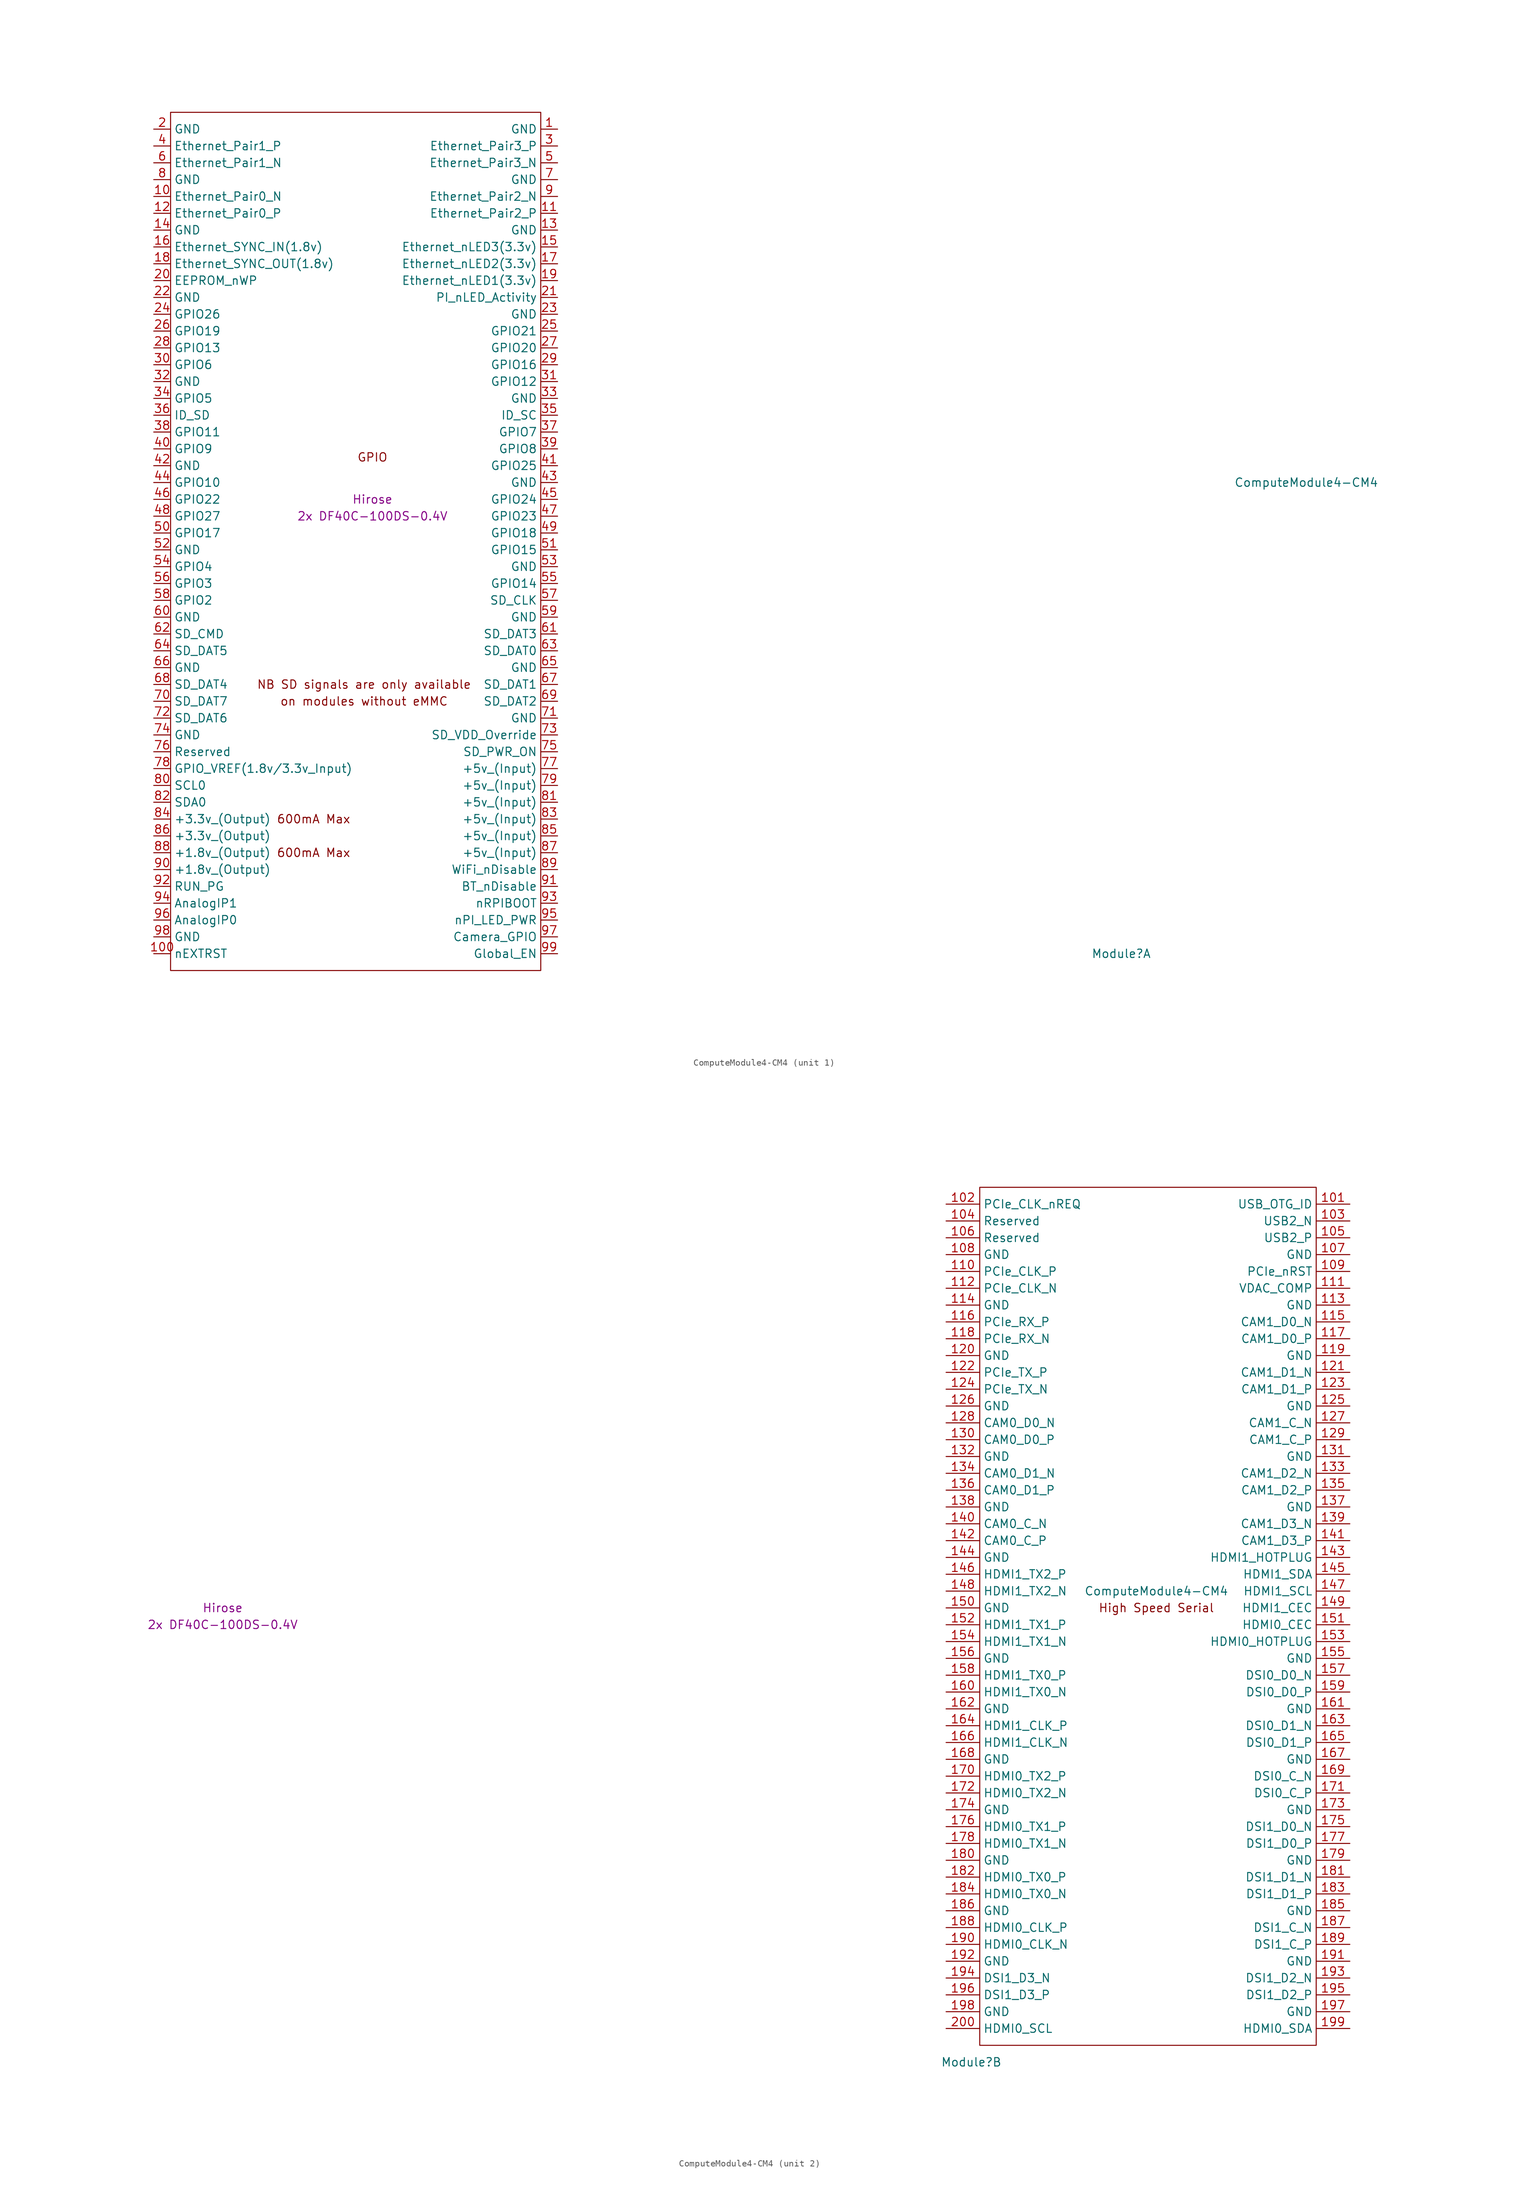
<source format=kicad_sym>
(kicad_symbol_lib
  (version 20211014)
  (generator kicad_symbol_editor)
  (symbol "ComputeModule4-CM4"
    (property "Reference" "Module"
      (at 113.03 -68.58 0)
      (effects (font (size 1.27 1.27))))
    (property "Value" "ComputeModule4-CM4"
      (at 140.97 2.54 0)
      (effects (font (size 1.27 1.27))))
    (property "Field4" "Hirose"
      (at 0 0 0)
      (effects (font (size 1.27 1.27))))
    (property "Field5" "2x DF40C-100DS-0.4V"
      (at 0 -2.54 0)
      (effects (font (size 1.27 1.27))))
    (symbol "ComputeModule4-CM4_1_0"
      (text "GPIO" (at 0 6.35 0) (effects (font (size 1.27 1.27)))))
    (symbol "ComputeModule4-CM4_1_1"
      (rectangle (start -30.48 -71.12) (end 25.4 58.42) (stroke (width 0) (type default) (color 0 0 0 0)) (fill (type none)))
      (text "600mA Max" (at -8.89 -53.34 0) (effects (font (size 1.27 1.27))))
      (text "600mA Max" (at -8.89 -48.26 0) (effects (font (size 1.27 1.27))))
      (text "NB SD signals are only available" (at -1.27 -27.94 0) (effects (font (size 1.27 1.27))))
      (text "on modules without eMMC" (at -1.27 -30.48 0) (effects (font (size 1.27 1.27))))
      (pin power_in line (at 27.94 55.88 180) (length 2.54) (name "GND" (effects (font (size 1.27 1.27)))) (number "1" (effects (font (size 1.27 1.27)))))
      (pin passive line (at -33.02 45.72 0) (length 2.54) (name "Ethernet_Pair0_N" (effects (font (size 1.27 1.27)))) (number "10" (effects (font (size 1.27 1.27)))))
      (pin output line (at -33.02 -68.58 0) (length 2.54) (name "nEXTRST" (effects (font (size 1.27 1.27)))) (number "100" (effects (font (size 1.27 1.27)))))
      (pin passive line (at 27.94 43.18 180) (length 2.54) (name "Ethernet_Pair2_P" (effects (font (size 1.27 1.27)))) (number "11" (effects (font (size 1.27 1.27)))))
      (pin passive line (at -33.02 43.18 0) (length 2.54) (name "Ethernet_Pair0_P" (effects (font (size 1.27 1.27)))) (number "12" (effects (font (size 1.27 1.27)))))
      (pin power_in line (at 27.94 40.64 180) (length 2.54) (name "GND" (effects (font (size 1.27 1.27)))) (number "13" (effects (font (size 1.27 1.27)))))
      (pin power_in line (at -33.02 40.64 0) (length 2.54) (name "GND" (effects (font (size 1.27 1.27)))) (number "14" (effects (font (size 1.27 1.27)))))
      (pin output line (at 27.94 38.1 180) (length 2.54) (name "Ethernet_nLED3(3.3v)" (effects (font (size 1.27 1.27)))) (number "15" (effects (font (size 1.27 1.27)))))
      (pin input line (at -33.02 38.1 0) (length 2.54) (name "Ethernet_SYNC_IN(1.8v)" (effects (font (size 1.27 1.27)))) (number "16" (effects (font (size 1.27 1.27)))))
      (pin output line (at 27.94 35.56 180) (length 2.54) (name "Ethernet_nLED2(3.3v)" (effects (font (size 1.27 1.27)))) (number "17" (effects (font (size 1.27 1.27)))))
      (pin input line (at -33.02 35.56 0) (length 2.54) (name "Ethernet_SYNC_OUT(1.8v)" (effects (font (size 1.27 1.27)))) (number "18" (effects (font (size 1.27 1.27)))))
      (pin output line (at 27.94 33.02 180) (length 2.54) (name "Ethernet_nLED1(3.3v)" (effects (font (size 1.27 1.27)))) (number "19" (effects (font (size 1.27 1.27)))))
      (pin power_in line (at -33.02 55.88 0) (length 2.54) (name "GND" (effects (font (size 1.27 1.27)))) (number "2" (effects (font (size 1.27 1.27)))))
      (pin passive line (at -33.02 33.02 0) (length 2.54) (name "EEPROM_nWP" (effects (font (size 1.27 1.27)))) (number "20" (effects (font (size 1.27 1.27)))))
      (pin open_collector line (at 27.94 30.48 180) (length 2.54) (name "PI_nLED_Activity" (effects (font (size 1.27 1.27)))) (number "21" (effects (font (size 1.27 1.27)))))
      (pin power_in line (at -33.02 30.48 0) (length 2.54) (name "GND" (effects (font (size 1.27 1.27)))) (number "22" (effects (font (size 1.27 1.27)))))
      (pin power_in line (at 27.94 27.94 180) (length 2.54) (name "GND" (effects (font (size 1.27 1.27)))) (number "23" (effects (font (size 1.27 1.27)))))
      (pin passive line (at -33.02 27.94 0) (length 2.54) (name "GPIO26" (effects (font (size 1.27 1.27)))) (number "24" (effects (font (size 1.27 1.27)))))
      (pin passive line (at 27.94 25.4 180) (length 2.54) (name "GPIO21" (effects (font (size 1.27 1.27)))) (number "25" (effects (font (size 1.27 1.27)))))
      (pin passive line (at -33.02 25.4 0) (length 2.54) (name "GPIO19" (effects (font (size 1.27 1.27)))) (number "26" (effects (font (size 1.27 1.27)))))
      (pin passive line (at 27.94 22.86 180) (length 2.54) (name "GPIO20" (effects (font (size 1.27 1.27)))) (number "27" (effects (font (size 1.27 1.27)))))
      (pin passive line (at -33.02 22.86 0) (length 2.54) (name "GPIO13" (effects (font (size 1.27 1.27)))) (number "28" (effects (font (size 1.27 1.27)))))
      (pin passive line (at 27.94 20.32 180) (length 2.54) (name "GPIO16" (effects (font (size 1.27 1.27)))) (number "29" (effects (font (size 1.27 1.27)))))
      (pin passive line (at 27.94 53.34 180) (length 2.54) (name "Ethernet_Pair3_P" (effects (font (size 1.27 1.27)))) (number "3" (effects (font (size 1.27 1.27)))))
      (pin passive line (at -33.02 20.32 0) (length 2.54) (name "GPIO6" (effects (font (size 1.27 1.27)))) (number "30" (effects (font (size 1.27 1.27)))))
      (pin passive line (at 27.94 17.78 180) (length 2.54) (name "GPIO12" (effects (font (size 1.27 1.27)))) (number "31" (effects (font (size 1.27 1.27)))))
      (pin power_in line (at -33.02 17.78 0) (length 2.54) (name "GND" (effects (font (size 1.27 1.27)))) (number "32" (effects (font (size 1.27 1.27)))))
      (pin power_in line (at 27.94 15.24 180) (length 2.54) (name "GND" (effects (font (size 1.27 1.27)))) (number "33" (effects (font (size 1.27 1.27)))))
      (pin passive line (at -33.02 15.24 0) (length 2.54) (name "GPIO5" (effects (font (size 1.27 1.27)))) (number "34" (effects (font (size 1.27 1.27)))))
      (pin passive line (at 27.94 12.7 180) (length 2.54) (name "ID_SC" (effects (font (size 1.27 1.27)))) (number "35" (effects (font (size 1.27 1.27)))))
      (pin passive line (at -33.02 12.7 0) (length 2.54) (name "ID_SD" (effects (font (size 1.27 1.27)))) (number "36" (effects (font (size 1.27 1.27)))))
      (pin passive line (at 27.94 10.16 180) (length 2.54) (name "GPIO7" (effects (font (size 1.27 1.27)))) (number "37" (effects (font (size 1.27 1.27)))))
      (pin passive line (at -33.02 10.16 0) (length 2.54) (name "GPIO11" (effects (font (size 1.27 1.27)))) (number "38" (effects (font (size 1.27 1.27)))))
      (pin passive line (at 27.94 7.62 180) (length 2.54) (name "GPIO8" (effects (font (size 1.27 1.27)))) (number "39" (effects (font (size 1.27 1.27)))))
      (pin passive line (at -33.02 53.34 0) (length 2.54) (name "Ethernet_Pair1_P" (effects (font (size 1.27 1.27)))) (number "4" (effects (font (size 1.27 1.27)))))
      (pin passive line (at -33.02 7.62 0) (length 2.54) (name "GPIO9" (effects (font (size 1.27 1.27)))) (number "40" (effects (font (size 1.27 1.27)))))
      (pin passive line (at 27.94 5.08 180) (length 2.54) (name "GPIO25" (effects (font (size 1.27 1.27)))) (number "41" (effects (font (size 1.27 1.27)))))
      (pin power_in line (at -33.02 5.08 0) (length 2.54) (name "GND" (effects (font (size 1.27 1.27)))) (number "42" (effects (font (size 1.27 1.27)))))
      (pin power_in line (at 27.94 2.54 180) (length 2.54) (name "GND" (effects (font (size 1.27 1.27)))) (number "43" (effects (font (size 1.27 1.27)))))
      (pin passive line (at -33.02 2.54 0) (length 2.54) (name "GPIO10" (effects (font (size 1.27 1.27)))) (number "44" (effects (font (size 1.27 1.27)))))
      (pin passive line (at 27.94 0 180) (length 2.54) (name "GPIO24" (effects (font (size 1.27 1.27)))) (number "45" (effects (font (size 1.27 1.27)))))
      (pin passive line (at -33.02 0 0) (length 2.54) (name "GPIO22" (effects (font (size 1.27 1.27)))) (number "46" (effects (font (size 1.27 1.27)))))
      (pin passive line (at 27.94 -2.54 180) (length 2.54) (name "GPIO23" (effects (font (size 1.27 1.27)))) (number "47" (effects (font (size 1.27 1.27)))))
      (pin passive line (at -33.02 -2.54 0) (length 2.54) (name "GPIO27" (effects (font (size 1.27 1.27)))) (number "48" (effects (font (size 1.27 1.27)))))
      (pin passive line (at 27.94 -5.08 180) (length 2.54) (name "GPIO18" (effects (font (size 1.27 1.27)))) (number "49" (effects (font (size 1.27 1.27)))))
      (pin passive line (at 27.94 50.8 180) (length 2.54) (name "Ethernet_Pair3_N" (effects (font (size 1.27 1.27)))) (number "5" (effects (font (size 1.27 1.27)))))
      (pin passive line (at -33.02 -5.08 0) (length 2.54) (name "GPIO17" (effects (font (size 1.27 1.27)))) (number "50" (effects (font (size 1.27 1.27)))))
      (pin passive line (at 27.94 -7.62 180) (length 2.54) (name "GPIO15" (effects (font (size 1.27 1.27)))) (number "51" (effects (font (size 1.27 1.27)))))
      (pin power_in line (at -33.02 -7.62 0) (length 2.54) (name "GND" (effects (font (size 1.27 1.27)))) (number "52" (effects (font (size 1.27 1.27)))))
      (pin power_in line (at 27.94 -10.16 180) (length 2.54) (name "GND" (effects (font (size 1.27 1.27)))) (number "53" (effects (font (size 1.27 1.27)))))
      (pin passive line (at -33.02 -10.16 0) (length 2.54) (name "GPIO4" (effects (font (size 1.27 1.27)))) (number "54" (effects (font (size 1.27 1.27)))))
      (pin passive line (at 27.94 -12.7 180) (length 2.54) (name "GPIO14" (effects (font (size 1.27 1.27)))) (number "55" (effects (font (size 1.27 1.27)))))
      (pin passive line (at -33.02 -12.7 0) (length 2.54) (name "GPIO3" (effects (font (size 1.27 1.27)))) (number "56" (effects (font (size 1.27 1.27)))))
      (pin passive line (at 27.94 -15.24 180) (length 2.54) (name "SD_CLK" (effects (font (size 1.27 1.27)))) (number "57" (effects (font (size 1.27 1.27)))))
      (pin passive line (at -33.02 -15.24 0) (length 2.54) (name "GPIO2" (effects (font (size 1.27 1.27)))) (number "58" (effects (font (size 1.27 1.27)))))
      (pin power_in line (at 27.94 -17.78 180) (length 2.54) (name "GND" (effects (font (size 1.27 1.27)))) (number "59" (effects (font (size 1.27 1.27)))))
      (pin passive line (at -33.02 50.8 0) (length 2.54) (name "Ethernet_Pair1_N" (effects (font (size 1.27 1.27)))) (number "6" (effects (font (size 1.27 1.27)))))
      (pin power_in line (at -33.02 -17.78 0) (length 2.54) (name "GND" (effects (font (size 1.27 1.27)))) (number "60" (effects (font (size 1.27 1.27)))))
      (pin passive line (at 27.94 -20.32 180) (length 2.54) (name "SD_DAT3" (effects (font (size 1.27 1.27)))) (number "61" (effects (font (size 1.27 1.27)))))
      (pin passive line (at -33.02 -20.32 0) (length 2.54) (name "SD_CMD" (effects (font (size 1.27 1.27)))) (number "62" (effects (font (size 1.27 1.27)))))
      (pin passive line (at 27.94 -22.86 180) (length 2.54) (name "SD_DAT0" (effects (font (size 1.27 1.27)))) (number "63" (effects (font (size 1.27 1.27)))))
      (pin passive line (at -33.02 -22.86 0) (length 2.54) (name "SD_DAT5" (effects (font (size 1.27 1.27)))) (number "64" (effects (font (size 1.27 1.27)))))
      (pin power_in line (at 27.94 -25.4 180) (length 2.54) (name "GND" (effects (font (size 1.27 1.27)))) (number "65" (effects (font (size 1.27 1.27)))))
      (pin power_in line (at -33.02 -25.4 0) (length 2.54) (name "GND" (effects (font (size 1.27 1.27)))) (number "66" (effects (font (size 1.27 1.27)))))
      (pin passive line (at 27.94 -27.94 180) (length 2.54) (name "SD_DAT1" (effects (font (size 1.27 1.27)))) (number "67" (effects (font (size 1.27 1.27)))))
      (pin passive line (at -33.02 -27.94 0) (length 2.54) (name "SD_DAT4" (effects (font (size 1.27 1.27)))) (number "68" (effects (font (size 1.27 1.27)))))
      (pin passive line (at 27.94 -30.48 180) (length 2.54) (name "SD_DAT2" (effects (font (size 1.27 1.27)))) (number "69" (effects (font (size 1.27 1.27)))))
      (pin power_in line (at 27.94 48.26 180) (length 2.54) (name "GND" (effects (font (size 1.27 1.27)))) (number "7" (effects (font (size 1.27 1.27)))))
      (pin passive line (at -33.02 -30.48 0) (length 2.54) (name "SD_DAT7" (effects (font (size 1.27 1.27)))) (number "70" (effects (font (size 1.27 1.27)))))
      (pin power_in line (at 27.94 -33.02 180) (length 2.54) (name "GND" (effects (font (size 1.27 1.27)))) (number "71" (effects (font (size 1.27 1.27)))))
      (pin passive line (at -33.02 -33.02 0) (length 2.54) (name "SD_DAT6" (effects (font (size 1.27 1.27)))) (number "72" (effects (font (size 1.27 1.27)))))
      (pin input line (at 27.94 -35.56 180) (length 2.54) (name "SD_VDD_Override" (effects (font (size 1.27 1.27)))) (number "73" (effects (font (size 1.27 1.27)))))
      (pin power_in line (at -33.02 -35.56 0) (length 2.54) (name "GND" (effects (font (size 1.27 1.27)))) (number "74" (effects (font (size 1.27 1.27)))))
      (pin output line (at 27.94 -38.1 180) (length 2.54) (name "SD_PWR_ON" (effects (font (size 1.27 1.27)))) (number "75" (effects (font (size 1.27 1.27)))))
      (pin passive line (at -33.02 -38.1 0) (length 2.54) (name "Reserved" (effects (font (size 1.27 1.27)))) (number "76" (effects (font (size 1.27 1.27)))))
      (pin power_in line (at 27.94 -40.64 180) (length 2.54) (name "+5v_(Input)" (effects (font (size 1.27 1.27)))) (number "77" (effects (font (size 1.27 1.27)))))
      (pin power_in line (at -33.02 -40.64 0) (length 2.54) (name "GPIO_VREF(1.8v/3.3v_Input)" (effects (font (size 1.27 1.27)))) (number "78" (effects (font (size 1.27 1.27)))))
      (pin power_in line (at 27.94 -43.18 180) (length 2.54) (name "+5v_(Input)" (effects (font (size 1.27 1.27)))) (number "79" (effects (font (size 1.27 1.27)))))
      (pin power_in line (at -33.02 48.26 0) (length 2.54) (name "GND" (effects (font (size 1.27 1.27)))) (number "8" (effects (font (size 1.27 1.27)))))
      (pin passive line (at -33.02 -43.18 0) (length 2.54) (name "SCL0" (effects (font (size 1.27 1.27)))) (number "80" (effects (font (size 1.27 1.27)))))
      (pin power_in line (at 27.94 -45.72 180) (length 2.54) (name "+5v_(Input)" (effects (font (size 1.27 1.27)))) (number "81" (effects (font (size 1.27 1.27)))))
      (pin passive line (at -33.02 -45.72 0) (length 2.54) (name "SDA0" (effects (font (size 1.27 1.27)))) (number "82" (effects (font (size 1.27 1.27)))))
      (pin power_in line (at 27.94 -48.26 180) (length 2.54) (name "+5v_(Input)" (effects (font (size 1.27 1.27)))) (number "83" (effects (font (size 1.27 1.27)))))
      (pin power_out line (at -33.02 -48.26 0) (length 2.54) (name "+3.3v_(Output)" (effects (font (size 1.27 1.27)))) (number "84" (effects (font (size 1.27 1.27)))))
      (pin power_in line (at 27.94 -50.8 180) (length 2.54) (name "+5v_(Input)" (effects (font (size 1.27 1.27)))) (number "85" (effects (font (size 1.27 1.27)))))
      (pin power_out line (at -33.02 -50.8 0) (length 2.54) (name "+3.3v_(Output)" (effects (font (size 1.27 1.27)))) (number "86" (effects (font (size 1.27 1.27)))))
      (pin power_in line (at 27.94 -53.34 180) (length 2.54) (name "+5v_(Input)" (effects (font (size 1.27 1.27)))) (number "87" (effects (font (size 1.27 1.27)))))
      (pin power_out line (at -33.02 -53.34 0) (length 2.54) (name "+1.8v_(Output)" (effects (font (size 1.27 1.27)))) (number "88" (effects (font (size 1.27 1.27)))))
      (pin power_in line (at 27.94 -55.88 180) (length 2.54) (name "WiFi_nDisable" (effects (font (size 1.27 1.27)))) (number "89" (effects (font (size 1.27 1.27)))))
      (pin passive line (at 27.94 45.72 180) (length 2.54) (name "Ethernet_Pair2_N" (effects (font (size 1.27 1.27)))) (number "9" (effects (font (size 1.27 1.27)))))
      (pin power_out line (at -33.02 -55.88 0) (length 2.54) (name "+1.8v_(Output)" (effects (font (size 1.27 1.27)))) (number "90" (effects (font (size 1.27 1.27)))))
      (pin power_in line (at 27.94 -58.42 180) (length 2.54) (name "BT_nDisable" (effects (font (size 1.27 1.27)))) (number "91" (effects (font (size 1.27 1.27)))))
      (pin passive line (at -33.02 -58.42 0) (length 2.54) (name "RUN_PG" (effects (font (size 1.27 1.27)))) (number "92" (effects (font (size 1.27 1.27)))))
      (pin input line (at 27.94 -60.96 180) (length 2.54) (name "nRPIBOOT" (effects (font (size 1.27 1.27)))) (number "93" (effects (font (size 1.27 1.27)))))
      (pin passive line (at -33.02 -60.96 0) (length 2.54) (name "AnalogIP1" (effects (font (size 1.27 1.27)))) (number "94" (effects (font (size 1.27 1.27)))))
      (pin output line (at 27.94 -63.5 180) (length 2.54) (name "nPI_LED_PWR" (effects (font (size 1.27 1.27)))) (number "95" (effects (font (size 1.27 1.27)))))
      (pin passive line (at -33.02 -63.5 0) (length 2.54) (name "AnalogIP0" (effects (font (size 1.27 1.27)))) (number "96" (effects (font (size 1.27 1.27)))))
      (pin passive line (at 27.94 -66.04 180) (length 2.54) (name "Camera_GPIO" (effects (font (size 1.27 1.27)))) (number "97" (effects (font (size 1.27 1.27)))))
      (pin power_in line (at -33.02 -66.04 0) (length 2.54) (name "GND" (effects (font (size 1.27 1.27)))) (number "98" (effects (font (size 1.27 1.27)))))
      (pin input line (at 27.94 -68.58 180) (length 2.54) (name "Global_EN" (effects (font (size 1.27 1.27)))) (number "99" (effects (font (size 1.27 1.27))))))
    (symbol "ComputeModule4-CM4_2_1"
      (rectangle (start 114.3 -66.04) (end 165.1 63.5) (stroke (width 0) (type default) (color 0 0 0 0)) (fill (type none)))
      (text "High Speed Serial" (at 140.97 0 0) (effects (font (size 1.27 1.27))))
      (pin input line (at 170.18 60.96 180) (length 5.08) (name "USB_OTG_ID" (effects (font (size 1.27 1.27)))) (number "101" (effects (font (size 1.27 1.27)))))
      (pin input line (at 109.22 60.96 0) (length 5.08) (name "PCIe_CLK_nREQ" (effects (font (size 1.27 1.27)))) (number "102" (effects (font (size 1.27 1.27)))))
      (pin passive line (at 170.18 58.42 180) (length 5.08) (name "USB2_N" (effects (font (size 1.27 1.27)))) (number "103" (effects (font (size 1.27 1.27)))))
      (pin passive line (at 109.22 58.42 0) (length 5.08) (name "Reserved" (effects (font (size 1.27 1.27)))) (number "104" (effects (font (size 1.27 1.27)))))
      (pin passive line (at 170.18 55.88 180) (length 5.08) (name "USB2_P" (effects (font (size 1.27 1.27)))) (number "105" (effects (font (size 1.27 1.27)))))
      (pin passive line (at 109.22 55.88 0) (length 5.08) (name "Reserved" (effects (font (size 1.27 1.27)))) (number "106" (effects (font (size 1.27 1.27)))))
      (pin power_in line (at 170.18 53.34 180) (length 5.08) (name "GND" (effects (font (size 1.27 1.27)))) (number "107" (effects (font (size 1.27 1.27)))))
      (pin power_in line (at 109.22 53.34 0) (length 5.08) (name "GND" (effects (font (size 1.27 1.27)))) (number "108" (effects (font (size 1.27 1.27)))))
      (pin bidirectional line (at 170.18 50.8 180) (length 5.08) (name "PCIe_nRST" (effects (font (size 1.27 1.27)))) (number "109" (effects (font (size 1.27 1.27)))))
      (pin output line (at 109.22 50.8 0) (length 5.08) (name "PCIe_CLK_P" (effects (font (size 1.27 1.27)))) (number "110" (effects (font (size 1.27 1.27)))))
      (pin passive line (at 170.18 48.26 180) (length 5.08) (name "VDAC_COMP" (effects (font (size 1.27 1.27)))) (number "111" (effects (font (size 1.27 1.27)))))
      (pin output line (at 109.22 48.26 0) (length 5.08) (name "PCIe_CLK_N" (effects (font (size 1.27 1.27)))) (number "112" (effects (font (size 1.27 1.27)))))
      (pin power_in line (at 170.18 45.72 180) (length 5.08) (name "GND" (effects (font (size 1.27 1.27)))) (number "113" (effects (font (size 1.27 1.27)))))
      (pin power_in line (at 109.22 45.72 0) (length 5.08) (name "GND" (effects (font (size 1.27 1.27)))) (number "114" (effects (font (size 1.27 1.27)))))
      (pin input line (at 170.18 43.18 180) (length 5.08) (name "CAM1_D0_N" (effects (font (size 1.27 1.27)))) (number "115" (effects (font (size 1.27 1.27)))))
      (pin input line (at 109.22 43.18 0) (length 5.08) (name "PCIe_RX_P" (effects (font (size 1.27 1.27)))) (number "116" (effects (font (size 1.27 1.27)))))
      (pin input line (at 170.18 40.64 180) (length 5.08) (name "CAM1_D0_P" (effects (font (size 1.27 1.27)))) (number "117" (effects (font (size 1.27 1.27)))))
      (pin input line (at 109.22 40.64 0) (length 5.08) (name "PCIe_RX_N" (effects (font (size 1.27 1.27)))) (number "118" (effects (font (size 1.27 1.27)))))
      (pin power_in line (at 170.18 38.1 180) (length 5.08) (name "GND" (effects (font (size 1.27 1.27)))) (number "119" (effects (font (size 1.27 1.27)))))
      (pin power_in line (at 109.22 38.1 0) (length 5.08) (name "GND" (effects (font (size 1.27 1.27)))) (number "120" (effects (font (size 1.27 1.27)))))
      (pin input line (at 170.18 35.56 180) (length 5.08) (name "CAM1_D1_N" (effects (font (size 1.27 1.27)))) (number "121" (effects (font (size 1.27 1.27)))))
      (pin output line (at 109.22 35.56 0) (length 5.08) (name "PCIe_TX_P" (effects (font (size 1.27 1.27)))) (number "122" (effects (font (size 1.27 1.27)))))
      (pin input line (at 170.18 33.02 180) (length 5.08) (name "CAM1_D1_P" (effects (font (size 1.27 1.27)))) (number "123" (effects (font (size 1.27 1.27)))))
      (pin output line (at 109.22 33.02 0) (length 5.08) (name "PCIe_TX_N" (effects (font (size 1.27 1.27)))) (number "124" (effects (font (size 1.27 1.27)))))
      (pin power_in line (at 170.18 30.48 180) (length 5.08) (name "GND" (effects (font (size 1.27 1.27)))) (number "125" (effects (font (size 1.27 1.27)))))
      (pin power_in line (at 109.22 30.48 0) (length 5.08) (name "GND" (effects (font (size 1.27 1.27)))) (number "126" (effects (font (size 1.27 1.27)))))
      (pin input line (at 170.18 27.94 180) (length 5.08) (name "CAM1_C_N" (effects (font (size 1.27 1.27)))) (number "127" (effects (font (size 1.27 1.27)))))
      (pin input line (at 109.22 27.94 0) (length 5.08) (name "CAM0_D0_N" (effects (font (size 1.27 1.27)))) (number "128" (effects (font (size 1.27 1.27)))))
      (pin input line (at 170.18 25.4 180) (length 5.08) (name "CAM1_C_P" (effects (font (size 1.27 1.27)))) (number "129" (effects (font (size 1.27 1.27)))))
      (pin input line (at 109.22 25.4 0) (length 5.08) (name "CAM0_D0_P" (effects (font (size 1.27 1.27)))) (number "130" (effects (font (size 1.27 1.27)))))
      (pin power_in line (at 170.18 22.86 180) (length 5.08) (name "GND" (effects (font (size 1.27 1.27)))) (number "131" (effects (font (size 1.27 1.27)))))
      (pin power_in line (at 109.22 22.86 0) (length 5.08) (name "GND" (effects (font (size 1.27 1.27)))) (number "132" (effects (font (size 1.27 1.27)))))
      (pin input line (at 170.18 20.32 180) (length 5.08) (name "CAM1_D2_N" (effects (font (size 1.27 1.27)))) (number "133" (effects (font (size 1.27 1.27)))))
      (pin input line (at 109.22 20.32 0) (length 5.08) (name "CAM0_D1_N" (effects (font (size 1.27 1.27)))) (number "134" (effects (font (size 1.27 1.27)))))
      (pin input line (at 170.18 17.78 180) (length 5.08) (name "CAM1_D2_P" (effects (font (size 1.27 1.27)))) (number "135" (effects (font (size 1.27 1.27)))))
      (pin input line (at 109.22 17.78 0) (length 5.08) (name "CAM0_D1_P" (effects (font (size 1.27 1.27)))) (number "136" (effects (font (size 1.27 1.27)))))
      (pin power_in line (at 170.18 15.24 180) (length 5.08) (name "GND" (effects (font (size 1.27 1.27)))) (number "137" (effects (font (size 1.27 1.27)))))
      (pin power_in line (at 109.22 15.24 0) (length 5.08) (name "GND" (effects (font (size 1.27 1.27)))) (number "138" (effects (font (size 1.27 1.27)))))
      (pin input line (at 170.18 12.7 180) (length 5.08) (name "CAM1_D3_N" (effects (font (size 1.27 1.27)))) (number "139" (effects (font (size 1.27 1.27)))))
      (pin input line (at 109.22 12.7 0) (length 5.08) (name "CAM0_C_N" (effects (font (size 1.27 1.27)))) (number "140" (effects (font (size 1.27 1.27)))))
      (pin input line (at 170.18 10.16 180) (length 5.08) (name "CAM1_D3_P" (effects (font (size 1.27 1.27)))) (number "141" (effects (font (size 1.27 1.27)))))
      (pin input line (at 109.22 10.16 0) (length 5.08) (name "CAM0_C_P" (effects (font (size 1.27 1.27)))) (number "142" (effects (font (size 1.27 1.27)))))
      (pin input line (at 170.18 7.62 180) (length 5.08) (name "HDMI1_HOTPLUG" (effects (font (size 1.27 1.27)))) (number "143" (effects (font (size 1.27 1.27)))))
      (pin power_in line (at 109.22 7.62 0) (length 5.08) (name "GND" (effects (font (size 1.27 1.27)))) (number "144" (effects (font (size 1.27 1.27)))))
      (pin bidirectional line (at 170.18 5.08 180) (length 5.08) (name "HDMI1_SDA" (effects (font (size 1.27 1.27)))) (number "145" (effects (font (size 1.27 1.27)))))
      (pin output line (at 109.22 5.08 0) (length 5.08) (name "HDMI1_TX2_P" (effects (font (size 1.27 1.27)))) (number "146" (effects (font (size 1.27 1.27)))))
      (pin open_collector line (at 170.18 2.54 180) (length 5.08) (name "HDMI1_SCL" (effects (font (size 1.27 1.27)))) (number "147" (effects (font (size 1.27 1.27)))))
      (pin output line (at 109.22 2.54 0) (length 5.08) (name "HDMI1_TX2_N" (effects (font (size 1.27 1.27)))) (number "148" (effects (font (size 1.27 1.27)))))
      (pin open_collector line (at 170.18 0 180) (length 5.08) (name "HDMI1_CEC" (effects (font (size 1.27 1.27)))) (number "149" (effects (font (size 1.27 1.27)))))
      (pin power_in line (at 109.22 0 0) (length 5.08) (name "GND" (effects (font (size 1.27 1.27)))) (number "150" (effects (font (size 1.27 1.27)))))
      (pin open_collector line (at 170.18 -2.54 180) (length 5.08) (name "HDMI0_CEC" (effects (font (size 1.27 1.27)))) (number "151" (effects (font (size 1.27 1.27)))))
      (pin output line (at 109.22 -2.54 0) (length 5.08) (name "HDMI1_TX1_P" (effects (font (size 1.27 1.27)))) (number "152" (effects (font (size 1.27 1.27)))))
      (pin input line (at 170.18 -5.08 180) (length 5.08) (name "HDMI0_HOTPLUG" (effects (font (size 1.27 1.27)))) (number "153" (effects (font (size 1.27 1.27)))))
      (pin output line (at 109.22 -5.08 0) (length 5.08) (name "HDMI1_TX1_N" (effects (font (size 1.27 1.27)))) (number "154" (effects (font (size 1.27 1.27)))))
      (pin power_in line (at 170.18 -7.62 180) (length 5.08) (name "GND" (effects (font (size 1.27 1.27)))) (number "155" (effects (font (size 1.27 1.27)))))
      (pin power_in line (at 109.22 -7.62 0) (length 5.08) (name "GND" (effects (font (size 1.27 1.27)))) (number "156" (effects (font (size 1.27 1.27)))))
      (pin output line (at 170.18 -10.16 180) (length 5.08) (name "DSI0_D0_N" (effects (font (size 1.27 1.27)))) (number "157" (effects (font (size 1.27 1.27)))))
      (pin output line (at 109.22 -10.16 0) (length 5.08) (name "HDMI1_TX0_P" (effects (font (size 1.27 1.27)))) (number "158" (effects (font (size 1.27 1.27)))))
      (pin output line (at 170.18 -12.7 180) (length 5.08) (name "DSI0_D0_P" (effects (font (size 1.27 1.27)))) (number "159" (effects (font (size 1.27 1.27)))))
      (pin output line (at 109.22 -12.7 0) (length 5.08) (name "HDMI1_TX0_N" (effects (font (size 1.27 1.27)))) (number "160" (effects (font (size 1.27 1.27)))))
      (pin power_in line (at 170.18 -15.24 180) (length 5.08) (name "GND" (effects (font (size 1.27 1.27)))) (number "161" (effects (font (size 1.27 1.27)))))
      (pin power_in line (at 109.22 -15.24 0) (length 5.08) (name "GND" (effects (font (size 1.27 1.27)))) (number "162" (effects (font (size 1.27 1.27)))))
      (pin output line (at 170.18 -17.78 180) (length 5.08) (name "DSI0_D1_N" (effects (font (size 1.27 1.27)))) (number "163" (effects (font (size 1.27 1.27)))))
      (pin output line (at 109.22 -17.78 0) (length 5.08) (name "HDMI1_CLK_P" (effects (font (size 1.27 1.27)))) (number "164" (effects (font (size 1.27 1.27)))))
      (pin output line (at 170.18 -20.32 180) (length 5.08) (name "DSI0_D1_P" (effects (font (size 1.27 1.27)))) (number "165" (effects (font (size 1.27 1.27)))))
      (pin output line (at 109.22 -20.32 0) (length 5.08) (name "HDMI1_CLK_N" (effects (font (size 1.27 1.27)))) (number "166" (effects (font (size 1.27 1.27)))))
      (pin power_in line (at 170.18 -22.86 180) (length 5.08) (name "GND" (effects (font (size 1.27 1.27)))) (number "167" (effects (font (size 1.27 1.27)))))
      (pin power_in line (at 109.22 -22.86 0) (length 5.08) (name "GND" (effects (font (size 1.27 1.27)))) (number "168" (effects (font (size 1.27 1.27)))))
      (pin output line (at 170.18 -25.4 180) (length 5.08) (name "DSI0_C_N" (effects (font (size 1.27 1.27)))) (number "169" (effects (font (size 1.27 1.27)))))
      (pin output line (at 109.22 -25.4 0) (length 5.08) (name "HDMI0_TX2_P" (effects (font (size 1.27 1.27)))) (number "170" (effects (font (size 1.27 1.27)))))
      (pin output line (at 170.18 -27.94 180) (length 5.08) (name "DSI0_C_P" (effects (font (size 1.27 1.27)))) (number "171" (effects (font (size 1.27 1.27)))))
      (pin output line (at 109.22 -27.94 0) (length 5.08) (name "HDMI0_TX2_N" (effects (font (size 1.27 1.27)))) (number "172" (effects (font (size 1.27 1.27)))))
      (pin power_in line (at 170.18 -30.48 180) (length 5.08) (name "GND" (effects (font (size 1.27 1.27)))) (number "173" (effects (font (size 1.27 1.27)))))
      (pin power_in line (at 109.22 -30.48 0) (length 5.08) (name "GND" (effects (font (size 1.27 1.27)))) (number "174" (effects (font (size 1.27 1.27)))))
      (pin output line (at 170.18 -33.02 180) (length 5.08) (name "DSI1_D0_N" (effects (font (size 1.27 1.27)))) (number "175" (effects (font (size 1.27 1.27)))))
      (pin output line (at 109.22 -33.02 0) (length 5.08) (name "HDMI0_TX1_P" (effects (font (size 1.27 1.27)))) (number "176" (effects (font (size 1.27 1.27)))))
      (pin output line (at 170.18 -35.56 180) (length 5.08) (name "DSI1_D0_P" (effects (font (size 1.27 1.27)))) (number "177" (effects (font (size 1.27 1.27)))))
      (pin output line (at 109.22 -35.56 0) (length 5.08) (name "HDMI0_TX1_N" (effects (font (size 1.27 1.27)))) (number "178" (effects (font (size 1.27 1.27)))))
      (pin power_in line (at 170.18 -38.1 180) (length 5.08) (name "GND" (effects (font (size 1.27 1.27)))) (number "179" (effects (font (size 1.27 1.27)))))
      (pin power_in line (at 109.22 -38.1 0) (length 5.08) (name "GND" (effects (font (size 1.27 1.27)))) (number "180" (effects (font (size 1.27 1.27)))))
      (pin output line (at 170.18 -40.64 180) (length 5.08) (name "DSI1_D1_N" (effects (font (size 1.27 1.27)))) (number "181" (effects (font (size 1.27 1.27)))))
      (pin output line (at 109.22 -40.64 0) (length 5.08) (name "HDMI0_TX0_P" (effects (font (size 1.27 1.27)))) (number "182" (effects (font (size 1.27 1.27)))))
      (pin output line (at 170.18 -43.18 180) (length 5.08) (name "DSI1_D1_P" (effects (font (size 1.27 1.27)))) (number "183" (effects (font (size 1.27 1.27)))))
      (pin output line (at 109.22 -43.18 0) (length 5.08) (name "HDMI0_TX0_N" (effects (font (size 1.27 1.27)))) (number "184" (effects (font (size 1.27 1.27)))))
      (pin power_in line (at 170.18 -45.72 180) (length 5.08) (name "GND" (effects (font (size 1.27 1.27)))) (number "185" (effects (font (size 1.27 1.27)))))
      (pin power_in line (at 109.22 -45.72 0) (length 5.08) (name "GND" (effects (font (size 1.27 1.27)))) (number "186" (effects (font (size 1.27 1.27)))))
      (pin output line (at 170.18 -48.26 180) (length 5.08) (name "DSI1_C_N" (effects (font (size 1.27 1.27)))) (number "187" (effects (font (size 1.27 1.27)))))
      (pin output line (at 109.22 -48.26 0) (length 5.08) (name "HDMI0_CLK_P" (effects (font (size 1.27 1.27)))) (number "188" (effects (font (size 1.27 1.27)))))
      (pin output line (at 170.18 -50.8 180) (length 5.08) (name "DSI1_C_P" (effects (font (size 1.27 1.27)))) (number "189" (effects (font (size 1.27 1.27)))))
      (pin output line (at 109.22 -50.8 0) (length 5.08) (name "HDMI0_CLK_N" (effects (font (size 1.27 1.27)))) (number "190" (effects (font (size 1.27 1.27)))))
      (pin power_in line (at 170.18 -53.34 180) (length 5.08) (name "GND" (effects (font (size 1.27 1.27)))) (number "191" (effects (font (size 1.27 1.27)))))
      (pin power_in line (at 109.22 -53.34 0) (length 5.08) (name "GND" (effects (font (size 1.27 1.27)))) (number "192" (effects (font (size 1.27 1.27)))))
      (pin output line (at 170.18 -55.88 180) (length 5.08) (name "DSI1_D2_N" (effects (font (size 1.27 1.27)))) (number "193" (effects (font (size 1.27 1.27)))))
      (pin output line (at 109.22 -55.88 0) (length 5.08) (name "DSI1_D3_N" (effects (font (size 1.27 1.27)))) (number "194" (effects (font (size 1.27 1.27)))))
      (pin output line (at 170.18 -58.42 180) (length 5.08) (name "DSI1_D2_P" (effects (font (size 1.27 1.27)))) (number "195" (effects (font (size 1.27 1.27)))))
      (pin output line (at 109.22 -58.42 0) (length 5.08) (name "DSI1_D3_P" (effects (font (size 1.27 1.27)))) (number "196" (effects (font (size 1.27 1.27)))))
      (pin power_in line (at 170.18 -60.96 180) (length 5.08) (name "GND" (effects (font (size 1.27 1.27)))) (number "197" (effects (font (size 1.27 1.27)))))
      (pin power_in line (at 109.22 -60.96 0) (length 5.08) (name "GND" (effects (font (size 1.27 1.27)))) (number "198" (effects (font (size 1.27 1.27)))))
      (pin bidirectional line (at 170.18 -63.5 180) (length 5.08) (name "HDMI0_SDA" (effects (font (size 1.27 1.27)))) (number "199" (effects (font (size 1.27 1.27)))))
      (pin open_collector line (at 109.22 -63.5 0) (length 5.08) (name "HDMI0_SCL" (effects (font (size 1.27 1.27)))) (number "200" (effects (font (size 1.27 1.27))))))))
</source>
